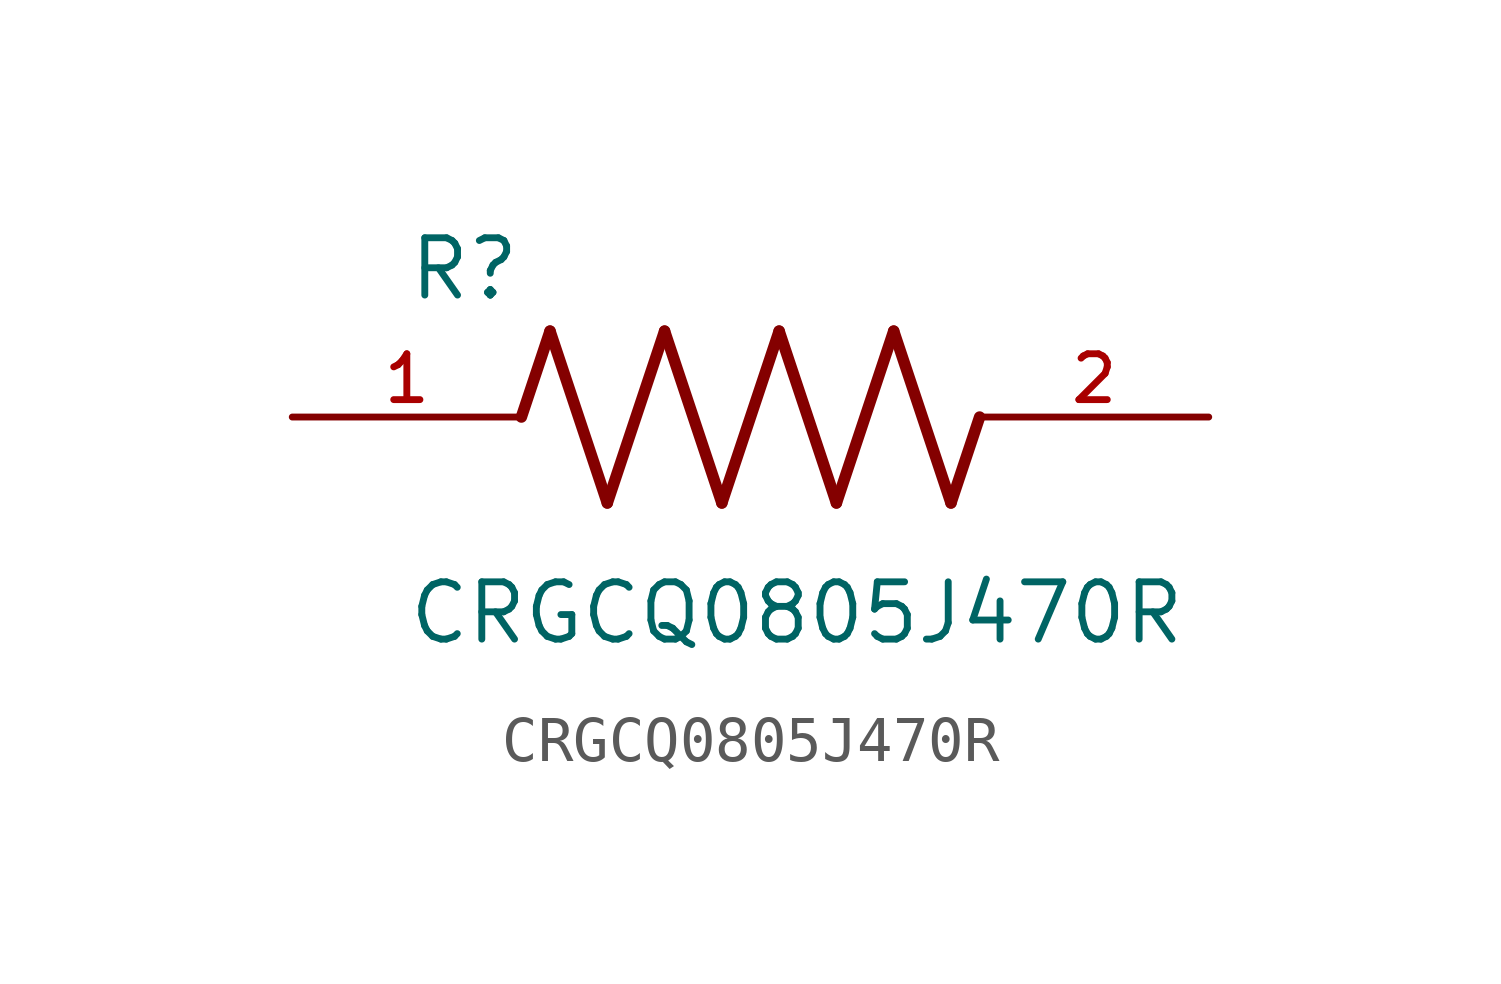
<source format=kicad_sym>
(kicad_symbol_lib
  (version 20211014)
  (generator kicad_symbol_editor)
  (symbol "CRGCQ0805J470R"
    (pin_names
      (offset 1.016))
    (property "Reference" "R"
      (at -7.624 2.541 0)
      (effects (font (size 1.27 1.27)) (justify bottom left)))
    (property "Value" "CRGCQ0805J470R"
      (at -7.63 -5.087 0)
      (effects (font (size 1.27 1.27)) (justify bottom left)))
    (symbol "CRGCQ0805J470R_0_0"
      (polyline (pts (xy -5.08 0.0) (xy -4.445 1.905)) (stroke (width 0.254)))
      (polyline (pts (xy -4.445 1.905) (xy -3.175 -1.905)) (stroke (width 0.254)))
      (polyline (pts (xy -3.175 -1.905) (xy -1.905 1.905)) (stroke (width 0.254)))
      (polyline (pts (xy -1.905 1.905) (xy -0.635 -1.905)) (stroke (width 0.254)))
      (polyline (pts (xy -0.635 -1.905) (xy 0.635 1.905)) (stroke (width 0.254)))
      (polyline (pts (xy 0.635 1.905) (xy 1.905 -1.905)) (stroke (width 0.254)))
      (polyline (pts (xy 1.905 -1.905) (xy 3.175 1.905)) (stroke (width 0.254)))
      (polyline (pts (xy 3.175 1.905) (xy 4.445 -1.905)) (stroke (width 0.254)))
      (polyline (pts (xy 4.445 -1.905) (xy 5.08 0.0)) (stroke (width 0.254)))
      (pin passive line (at -10.16 0.0 0) (length 5.08) (name "~" (effects (font (size 1.016 1.016)))) (number "1" (effects (font (size 1.016 1.016)))))
      (pin passive line (at 10.16 0.0 180.0) (length 5.08) (name "~" (effects (font (size 1.016 1.016)))) (number "2" (effects (font (size 1.016 1.016))))))))
</source>
